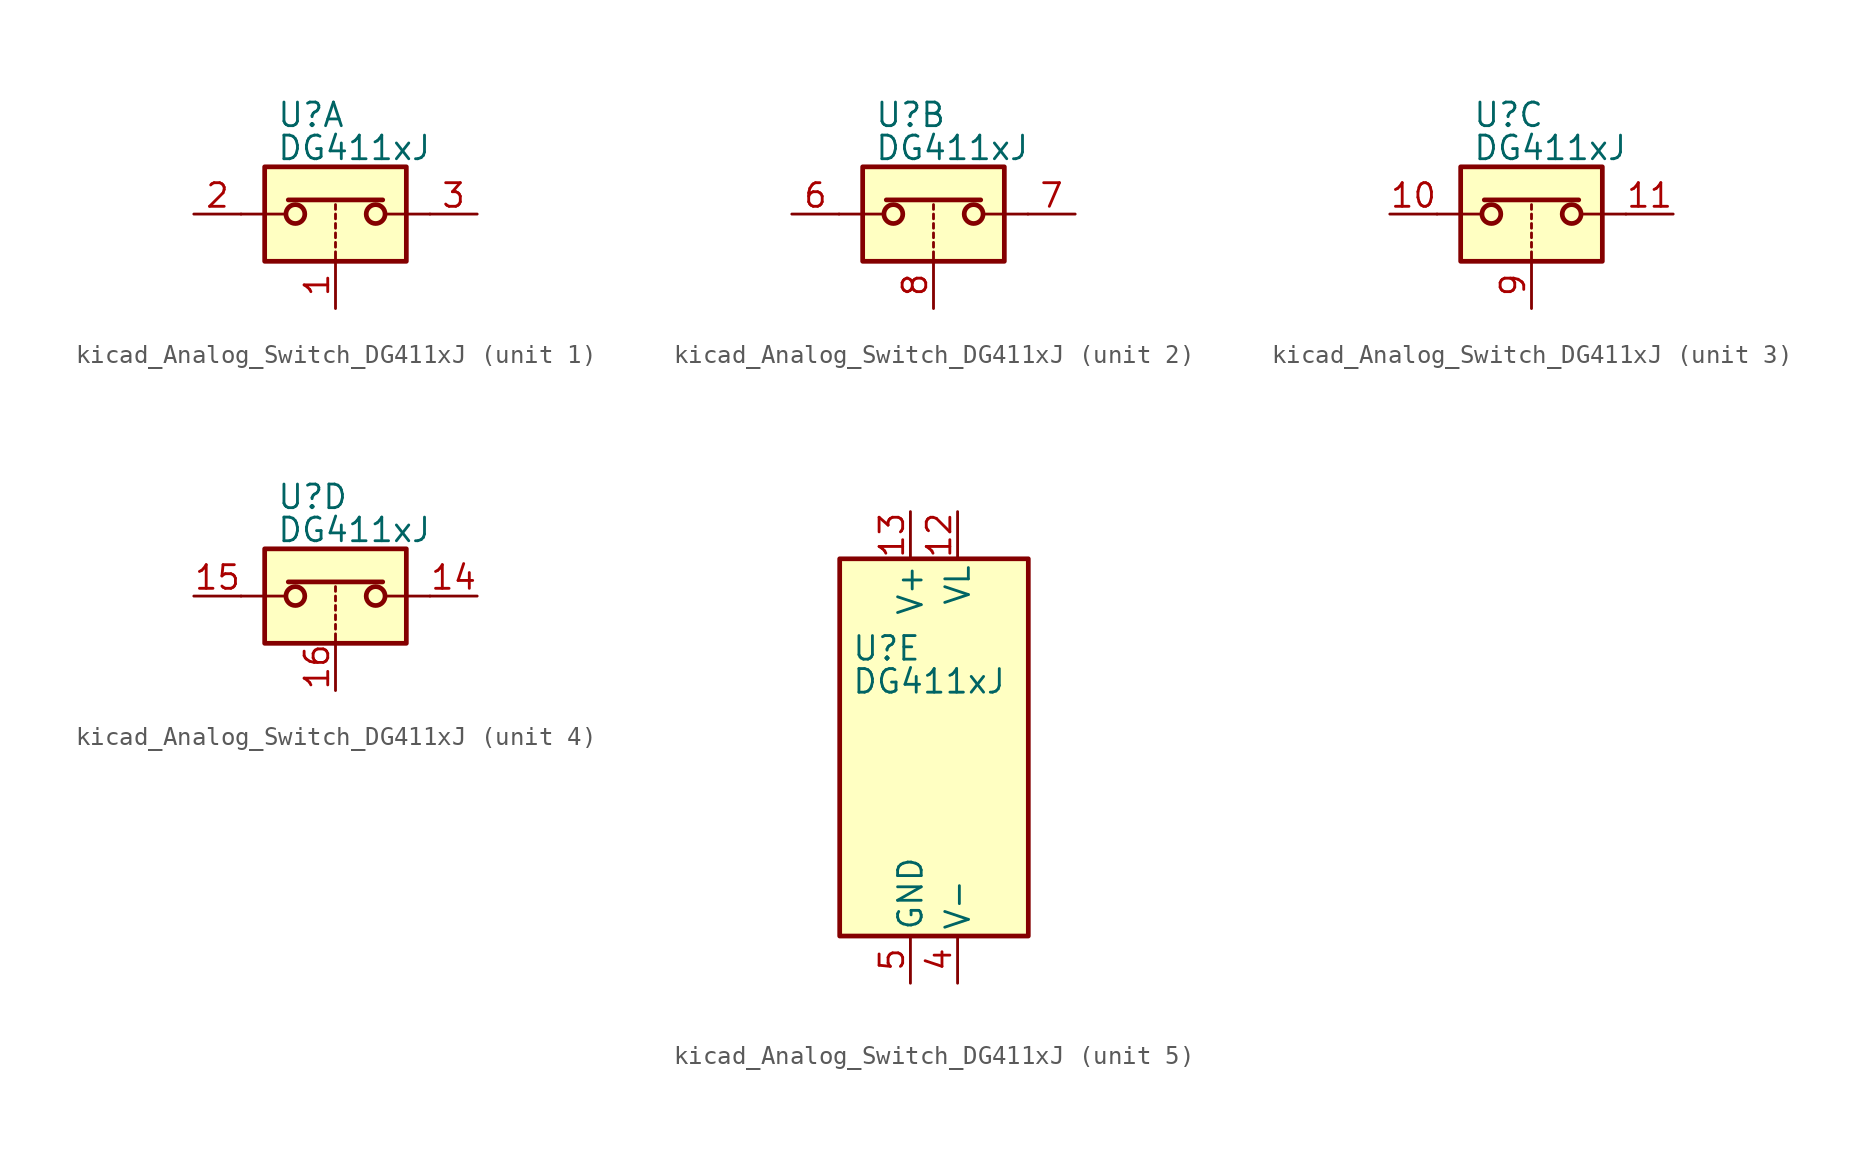
<source format=kicad_sym>
(kicad_symbol_lib
  (version 20220914)
  (generator kicad_symbol_editor)
  (symbol "kicad_Analog_Switch_DG411xJ"
    (pin_names
      (offset 0.254))
    (property "Reference" "U"
      (at -3.175 5.334 0)
      (effects (font (size 1.27 1.27)) (justify left)))
    (property "Value" "DG411xJ"
      (at -3.175 3.556 0)
      (effects (font (size 1.27 1.27)) (justify left)))
    (symbol "kicad_Analog_Switch_DG411xJ_1_1"
      (rectangle (start -3.81 2.54) (end 3.81 -2.54) (stroke (width 0.254) (type default)) (fill (type background)))
      (circle (center -2.159 0) (radius 0.508) (stroke (width 0.254) (type default)) (fill (type none)))
      (polyline (pts (xy -5.08 0) (xy -2.794 0)) (stroke (width 0) (type default)) (fill (type none)))
      (polyline (pts (xy -2.54 0.762) (xy 2.54 0.762)) (stroke (width 0.254) (type default)) (fill (type none)))
      (polyline (pts (xy 0 -2.54) (xy 0 -2.032)) (stroke (width 0) (type default)) (fill (type none)))
      (polyline (pts (xy 0 -1.778) (xy 0 -1.524)) (stroke (width 0) (type default)) (fill (type none)))
      (polyline (pts (xy 0 -1.27) (xy 0 -1.016)) (stroke (width 0) (type default)) (fill (type none)))
      (polyline (pts (xy 0 -0.762) (xy 0 -0.508)) (stroke (width 0) (type default)) (fill (type none)))
      (polyline (pts (xy 0 -0.254) (xy 0 0)) (stroke (width 0) (type default)) (fill (type none)))
      (polyline (pts (xy 0 0.254) (xy 0 0.508)) (stroke (width 0) (type default)) (fill (type none)))
      (polyline (pts (xy 5.08 0) (xy 2.794 0)) (stroke (width 0) (type default)) (fill (type none)))
      (circle (center 2.159 0) (radius 0.508) (stroke (width 0.254) (type default)) (fill (type none)))
      (pin input line (at 0 -5.08 90) (length 2.54) (name "~" (effects (font (size 1.27 1.27)))) (number "1" (effects (font (size 1.27 1.27)))))
      (pin passive line (at -7.62 0 0) (length 2.54) (name "~" (effects (font (size 1.27 1.27)))) (number "2" (effects (font (size 1.27 1.27)))))
      (pin passive line (at 7.62 0 180) (length 2.54) (name "~" (effects (font (size 1.27 1.27)))) (number "3" (effects (font (size 1.27 1.27))))))
    (symbol "kicad_Analog_Switch_DG411xJ_2_1"
      (rectangle (start -3.81 2.54) (end 3.81 -2.54) (stroke (width 0.254) (type default)) (fill (type background)))
      (circle (center -2.159 0) (radius 0.508) (stroke (width 0.254) (type default)) (fill (type none)))
      (polyline (pts (xy -5.08 0) (xy -2.794 0)) (stroke (width 0) (type default)) (fill (type none)))
      (polyline (pts (xy -2.54 0.762) (xy 2.54 0.762)) (stroke (width 0.254) (type default)) (fill (type none)))
      (polyline (pts (xy 0 -2.54) (xy 0 -2.032)) (stroke (width 0) (type default)) (fill (type none)))
      (polyline (pts (xy 0 -1.778) (xy 0 -1.524)) (stroke (width 0) (type default)) (fill (type none)))
      (polyline (pts (xy 0 -1.27) (xy 0 -1.016)) (stroke (width 0) (type default)) (fill (type none)))
      (polyline (pts (xy 0 -0.762) (xy 0 -0.508)) (stroke (width 0) (type default)) (fill (type none)))
      (polyline (pts (xy 0 -0.254) (xy 0 0)) (stroke (width 0) (type default)) (fill (type none)))
      (polyline (pts (xy 0 0.254) (xy 0 0.508)) (stroke (width 0) (type default)) (fill (type none)))
      (polyline (pts (xy 5.08 0) (xy 2.794 0)) (stroke (width 0) (type default)) (fill (type none)))
      (circle (center 2.159 0) (radius 0.508) (stroke (width 0.254) (type default)) (fill (type none)))
      (pin passive line (at -7.62 0 0) (length 2.54) (name "~" (effects (font (size 1.27 1.27)))) (number "6" (effects (font (size 1.27 1.27)))))
      (pin passive line (at 7.62 0 180) (length 2.54) (name "~" (effects (font (size 1.27 1.27)))) (number "7" (effects (font (size 1.27 1.27)))))
      (pin input line (at 0 -5.08 90) (length 2.54) (name "~" (effects (font (size 1.27 1.27)))) (number "8" (effects (font (size 1.27 1.27))))))
    (symbol "kicad_Analog_Switch_DG411xJ_3_1"
      (rectangle (start -3.81 2.54) (end 3.81 -2.54) (stroke (width 0.254) (type default)) (fill (type background)))
      (circle (center -2.159 0) (radius 0.508) (stroke (width 0.254) (type default)) (fill (type none)))
      (polyline (pts (xy -5.08 0) (xy -2.794 0)) (stroke (width 0) (type default)) (fill (type none)))
      (polyline (pts (xy -2.54 0.762) (xy 2.54 0.762)) (stroke (width 0.254) (type default)) (fill (type none)))
      (polyline (pts (xy 0 -2.54) (xy 0 -2.032)) (stroke (width 0) (type default)) (fill (type none)))
      (polyline (pts (xy 0 -1.778) (xy 0 -1.524)) (stroke (width 0) (type default)) (fill (type none)))
      (polyline (pts (xy 0 -1.27) (xy 0 -1.016)) (stroke (width 0) (type default)) (fill (type none)))
      (polyline (pts (xy 0 -0.762) (xy 0 -0.508)) (stroke (width 0) (type default)) (fill (type none)))
      (polyline (pts (xy 0 -0.254) (xy 0 0)) (stroke (width 0) (type default)) (fill (type none)))
      (polyline (pts (xy 0 0.254) (xy 0 0.508)) (stroke (width 0) (type default)) (fill (type none)))
      (polyline (pts (xy 5.08 0) (xy 2.794 0)) (stroke (width 0) (type default)) (fill (type none)))
      (circle (center 2.159 0) (radius 0.508) (stroke (width 0.254) (type default)) (fill (type none)))
      (pin passive line (at -7.62 0 0) (length 2.54) (name "~" (effects (font (size 1.27 1.27)))) (number "10" (effects (font (size 1.27 1.27)))))
      (pin passive line (at 7.62 0 180) (length 2.54) (name "~" (effects (font (size 1.27 1.27)))) (number "11" (effects (font (size 1.27 1.27)))))
      (pin input line (at 0 -5.08 90) (length 2.54) (name "~" (effects (font (size 1.27 1.27)))) (number "9" (effects (font (size 1.27 1.27))))))
    (symbol "kicad_Analog_Switch_DG411xJ_4_1"
      (rectangle (start -3.81 2.54) (end 3.81 -2.54) (stroke (width 0.254) (type default)) (fill (type background)))
      (circle (center -2.159 0) (radius 0.508) (stroke (width 0.254) (type default)) (fill (type none)))
      (polyline (pts (xy -5.08 0) (xy -2.794 0)) (stroke (width 0) (type default)) (fill (type none)))
      (polyline (pts (xy -2.54 0.762) (xy 2.54 0.762)) (stroke (width 0.254) (type default)) (fill (type none)))
      (polyline (pts (xy 0 -2.54) (xy 0 -2.032)) (stroke (width 0) (type default)) (fill (type none)))
      (polyline (pts (xy 0 -1.778) (xy 0 -1.524)) (stroke (width 0) (type default)) (fill (type none)))
      (polyline (pts (xy 0 -1.27) (xy 0 -1.016)) (stroke (width 0) (type default)) (fill (type none)))
      (polyline (pts (xy 0 -0.762) (xy 0 -0.508)) (stroke (width 0) (type default)) (fill (type none)))
      (polyline (pts (xy 0 -0.254) (xy 0 0)) (stroke (width 0) (type default)) (fill (type none)))
      (polyline (pts (xy 0 0.254) (xy 0 0.508)) (stroke (width 0) (type default)) (fill (type none)))
      (polyline (pts (xy 5.08 0) (xy 2.794 0)) (stroke (width 0) (type default)) (fill (type none)))
      (circle (center 2.159 0) (radius 0.508) (stroke (width 0.254) (type default)) (fill (type none)))
      (pin passive line (at 7.62 0 180) (length 2.54) (name "~" (effects (font (size 1.27 1.27)))) (number "14" (effects (font (size 1.27 1.27)))))
      (pin passive line (at -7.62 0 0) (length 2.54) (name "~" (effects (font (size 1.27 1.27)))) (number "15" (effects (font (size 1.27 1.27)))))
      (pin input line (at 0 -5.08 90) (length 2.54) (name "~" (effects (font (size 1.27 1.27)))) (number "16" (effects (font (size 1.27 1.27))))))
    (symbol "kicad_Analog_Switch_DG411xJ_5_0"
      (pin power_in line (at 2.54 12.7 270) (length 2.54) (name "VL" (effects (font (size 1.27 1.27)))) (number "12" (effects (font (size 1.27 1.27)))))
      (pin power_in line (at 0 12.7 270) (length 2.54) (name "V+" (effects (font (size 1.27 1.27)))) (number "13" (effects (font (size 1.27 1.27)))))
      (pin power_in line (at 2.54 -12.7 90) (length 2.54) (name "V-" (effects (font (size 1.27 1.27)))) (number "4" (effects (font (size 1.27 1.27)))))
      (pin power_in line (at 0 -12.7 90) (length 2.54) (name "GND" (effects (font (size 1.27 1.27)))) (number "5" (effects (font (size 1.27 1.27))))))
    (symbol "kicad_Analog_Switch_DG411xJ_5_1"
      (rectangle (start -3.81 10.16) (end 6.35 -10.16) (stroke (width 0.254) (type default)) (fill (type background))))))
</source>
